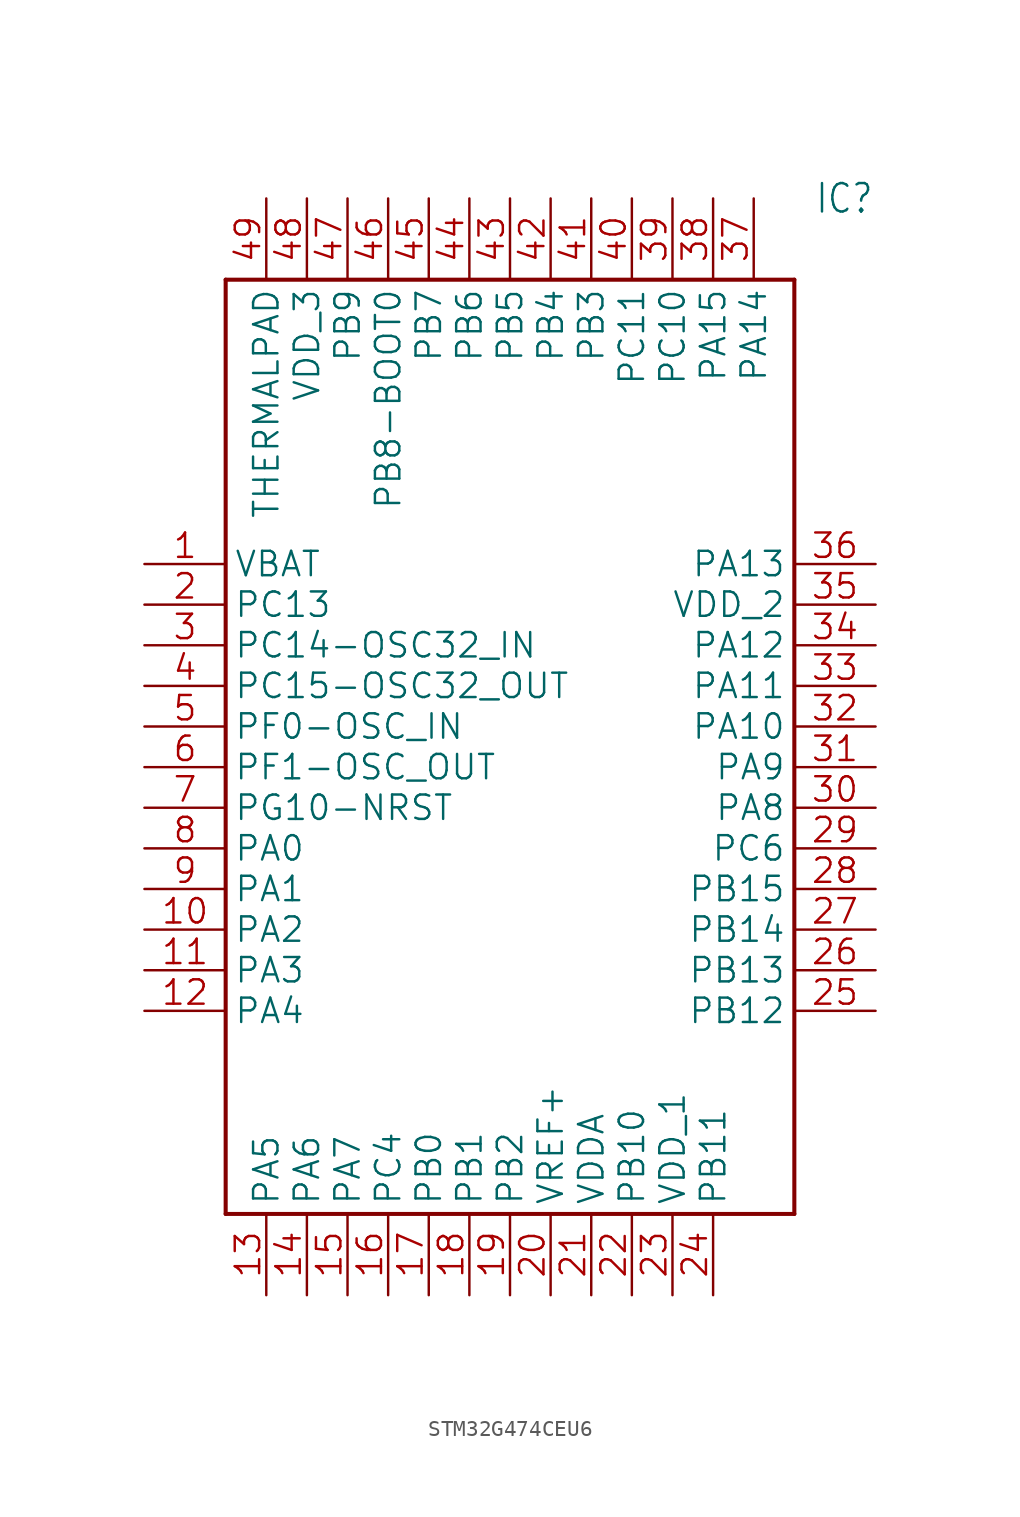
<source format=kicad_sym>
(kicad_symbol_lib
  (version 20241209)
  (generator "kicad_symbol_editor")
  (generator_version "9.0")
  (symbol "STM32G474CEU6"
    (property "Reference" "IC"
      (at 41.91 22.86 0)
      (effects (font (size 1.778 1.511)) (justify left)))
    (property "Value" ""
      (at 41.91 20.32 0)
      (effects (font (size 1.778 1.511)) (justify left)))
    (property "ki_locked" ""
      (at 0 0 0)
      (effects (font (size 1.27 1.27))))
    (symbol "STM32G474CEU6_1_0"
      (polyline (pts (xy 5.08 17.78) (xy 5.08 -40.64)) (stroke (width 0.254) (type solid)) (fill (type none)))
      (polyline (pts (xy 5.08 17.78) (xy 40.64 17.78)) (stroke (width 0.254) (type solid)) (fill (type none)))
      (polyline (pts (xy 40.64 -40.64) (xy 5.08 -40.64)) (stroke (width 0.254) (type solid)) (fill (type none)))
      (polyline (pts (xy 40.64 -40.64) (xy 40.64 17.78)) (stroke (width 0.254) (type solid)) (fill (type none)))
      (pin bidirectional line (at 0 0 0) (length 5.08) (name "VBAT" (effects (font (size 1.524 1.524)))) (number "1" (effects (font (size 1.524 1.524)))))
      (pin bidirectional line (at 0 -2.54 0) (length 5.08) (name "PC13" (effects (font (size 1.524 1.524)))) (number "2" (effects (font (size 1.524 1.524)))))
      (pin bidirectional line (at 0 -5.08 0) (length 5.08) (name "PC14-OSC32_IN" (effects (font (size 1.524 1.524)))) (number "3" (effects (font (size 1.524 1.524)))))
      (pin bidirectional line (at 0 -7.62 0) (length 5.08) (name "PC15-OSC32_OUT" (effects (font (size 1.524 1.524)))) (number "4" (effects (font (size 1.524 1.524)))))
      (pin bidirectional line (at 0 -10.16 0) (length 5.08) (name "PF0-OSC_IN" (effects (font (size 1.524 1.524)))) (number "5" (effects (font (size 1.524 1.524)))))
      (pin bidirectional line (at 0 -12.7 0) (length 5.08) (name "PF1-OSC_OUT" (effects (font (size 1.524 1.524)))) (number "6" (effects (font (size 1.524 1.524)))))
      (pin bidirectional line (at 0 -15.24 0) (length 5.08) (name "PG10-NRST" (effects (font (size 1.524 1.524)))) (number "7" (effects (font (size 1.524 1.524)))))
      (pin bidirectional line (at 0 -17.78 0) (length 5.08) (name "PA0" (effects (font (size 1.524 1.524)))) (number "8" (effects (font (size 1.524 1.524)))))
      (pin bidirectional line (at 0 -20.32 0) (length 5.08) (name "PA1" (effects (font (size 1.524 1.524)))) (number "9" (effects (font (size 1.524 1.524)))))
      (pin bidirectional line (at 0 -22.86 0) (length 5.08) (name "PA2" (effects (font (size 1.524 1.524)))) (number "10" (effects (font (size 1.524 1.524)))))
      (pin bidirectional line (at 0 -25.4 0) (length 5.08) (name "PA3" (effects (font (size 1.524 1.524)))) (number "11" (effects (font (size 1.524 1.524)))))
      (pin bidirectional line (at 0 -27.94 0) (length 5.08) (name "PA4" (effects (font (size 1.524 1.524)))) (number "12" (effects (font (size 1.524 1.524)))))
      (pin bidirectional line (at 7.62 22.86 270) (length 5.08) (name "THERMALPAD" (effects (font (size 1.524 1.524)))) (number "49" (effects (font (size 1.524 1.524)))))
      (pin bidirectional line (at 7.62 -45.72 90) (length 5.08) (name "PA5" (effects (font (size 1.524 1.524)))) (number "13" (effects (font (size 1.524 1.524)))))
      (pin bidirectional line (at 10.16 22.86 270) (length 5.08) (name "VDD_3" (effects (font (size 1.524 1.524)))) (number "48" (effects (font (size 1.524 1.524)))))
      (pin bidirectional line (at 10.16 -45.72 90) (length 5.08) (name "PA6" (effects (font (size 1.524 1.524)))) (number "14" (effects (font (size 1.524 1.524)))))
      (pin bidirectional line (at 12.7 22.86 270) (length 5.08) (name "PB9" (effects (font (size 1.524 1.524)))) (number "47" (effects (font (size 1.524 1.524)))))
      (pin bidirectional line (at 12.7 -45.72 90) (length 5.08) (name "PA7" (effects (font (size 1.524 1.524)))) (number "15" (effects (font (size 1.524 1.524)))))
      (pin bidirectional line (at 15.24 22.86 270) (length 5.08) (name "PB8-BOOT0" (effects (font (size 1.524 1.524)))) (number "46" (effects (font (size 1.524 1.524)))))
      (pin bidirectional line (at 15.24 -45.72 90) (length 5.08) (name "PC4" (effects (font (size 1.524 1.524)))) (number "16" (effects (font (size 1.524 1.524)))))
      (pin bidirectional line (at 17.78 22.86 270) (length 5.08) (name "PB7" (effects (font (size 1.524 1.524)))) (number "45" (effects (font (size 1.524 1.524)))))
      (pin bidirectional line (at 17.78 -45.72 90) (length 5.08) (name "PB0" (effects (font (size 1.524 1.524)))) (number "17" (effects (font (size 1.524 1.524)))))
      (pin bidirectional line (at 20.32 22.86 270) (length 5.08) (name "PB6" (effects (font (size 1.524 1.524)))) (number "44" (effects (font (size 1.524 1.524)))))
      (pin bidirectional line (at 20.32 -45.72 90) (length 5.08) (name "PB1" (effects (font (size 1.524 1.524)))) (number "18" (effects (font (size 1.524 1.524)))))
      (pin bidirectional line (at 22.86 22.86 270) (length 5.08) (name "PB5" (effects (font (size 1.524 1.524)))) (number "43" (effects (font (size 1.524 1.524)))))
      (pin bidirectional line (at 22.86 -45.72 90) (length 5.08) (name "PB2" (effects (font (size 1.524 1.524)))) (number "19" (effects (font (size 1.524 1.524)))))
      (pin bidirectional line (at 25.4 22.86 270) (length 5.08) (name "PB4" (effects (font (size 1.524 1.524)))) (number "42" (effects (font (size 1.524 1.524)))))
      (pin bidirectional line (at 25.4 -45.72 90) (length 5.08) (name "VREF+" (effects (font (size 1.524 1.524)))) (number "20" (effects (font (size 1.524 1.524)))))
      (pin bidirectional line (at 27.94 22.86 270) (length 5.08) (name "PB3" (effects (font (size 1.524 1.524)))) (number "41" (effects (font (size 1.524 1.524)))))
      (pin bidirectional line (at 27.94 -45.72 90) (length 5.08) (name "VDDA" (effects (font (size 1.524 1.524)))) (number "21" (effects (font (size 1.524 1.524)))))
      (pin bidirectional line (at 30.48 22.86 270) (length 5.08) (name "PC11" (effects (font (size 1.524 1.524)))) (number "40" (effects (font (size 1.524 1.524)))))
      (pin bidirectional line (at 30.48 -45.72 90) (length 5.08) (name "PB10" (effects (font (size 1.524 1.524)))) (number "22" (effects (font (size 1.524 1.524)))))
      (pin bidirectional line (at 33.02 22.86 270) (length 5.08) (name "PC10" (effects (font (size 1.524 1.524)))) (number "39" (effects (font (size 1.524 1.524)))))
      (pin bidirectional line (at 33.02 -45.72 90) (length 5.08) (name "VDD_1" (effects (font (size 1.524 1.524)))) (number "23" (effects (font (size 1.524 1.524)))))
      (pin bidirectional line (at 35.56 22.86 270) (length 5.08) (name "PA15" (effects (font (size 1.524 1.524)))) (number "38" (effects (font (size 1.524 1.524)))))
      (pin bidirectional line (at 35.56 -45.72 90) (length 5.08) (name "PB11" (effects (font (size 1.524 1.524)))) (number "24" (effects (font (size 1.524 1.524)))))
      (pin bidirectional line (at 38.1 22.86 270) (length 5.08) (name "PA14" (effects (font (size 1.524 1.524)))) (number "37" (effects (font (size 1.524 1.524)))))
      (pin bidirectional line (at 45.72 0 180) (length 5.08) (name "PA13" (effects (font (size 1.524 1.524)))) (number "36" (effects (font (size 1.524 1.524)))))
      (pin bidirectional line (at 45.72 -2.54 180) (length 5.08) (name "VDD_2" (effects (font (size 1.524 1.524)))) (number "35" (effects (font (size 1.524 1.524)))))
      (pin bidirectional line (at 45.72 -5.08 180) (length 5.08) (name "PA12" (effects (font (size 1.524 1.524)))) (number "34" (effects (font (size 1.524 1.524)))))
      (pin bidirectional line (at 45.72 -7.62 180) (length 5.08) (name "PA11" (effects (font (size 1.524 1.524)))) (number "33" (effects (font (size 1.524 1.524)))))
      (pin bidirectional line (at 45.72 -10.16 180) (length 5.08) (name "PA10" (effects (font (size 1.524 1.524)))) (number "32" (effects (font (size 1.524 1.524)))))
      (pin bidirectional line (at 45.72 -12.7 180) (length 5.08) (name "PA9" (effects (font (size 1.524 1.524)))) (number "31" (effects (font (size 1.524 1.524)))))
      (pin bidirectional line (at 45.72 -15.24 180) (length 5.08) (name "PA8" (effects (font (size 1.524 1.524)))) (number "30" (effects (font (size 1.524 1.524)))))
      (pin bidirectional line (at 45.72 -17.78 180) (length 5.08) (name "PC6" (effects (font (size 1.524 1.524)))) (number "29" (effects (font (size 1.524 1.524)))))
      (pin bidirectional line (at 45.72 -20.32 180) (length 5.08) (name "PB15" (effects (font (size 1.524 1.524)))) (number "28" (effects (font (size 1.524 1.524)))))
      (pin bidirectional line (at 45.72 -22.86 180) (length 5.08) (name "PB14" (effects (font (size 1.524 1.524)))) (number "27" (effects (font (size 1.524 1.524)))))
      (pin bidirectional line (at 45.72 -25.4 180) (length 5.08) (name "PB13" (effects (font (size 1.524 1.524)))) (number "26" (effects (font (size 1.524 1.524)))))
      (pin bidirectional line (at 45.72 -27.94 180) (length 5.08) (name "PB12" (effects (font (size 1.524 1.524)))) (number "25" (effects (font (size 1.524 1.524))))))))
</source>
